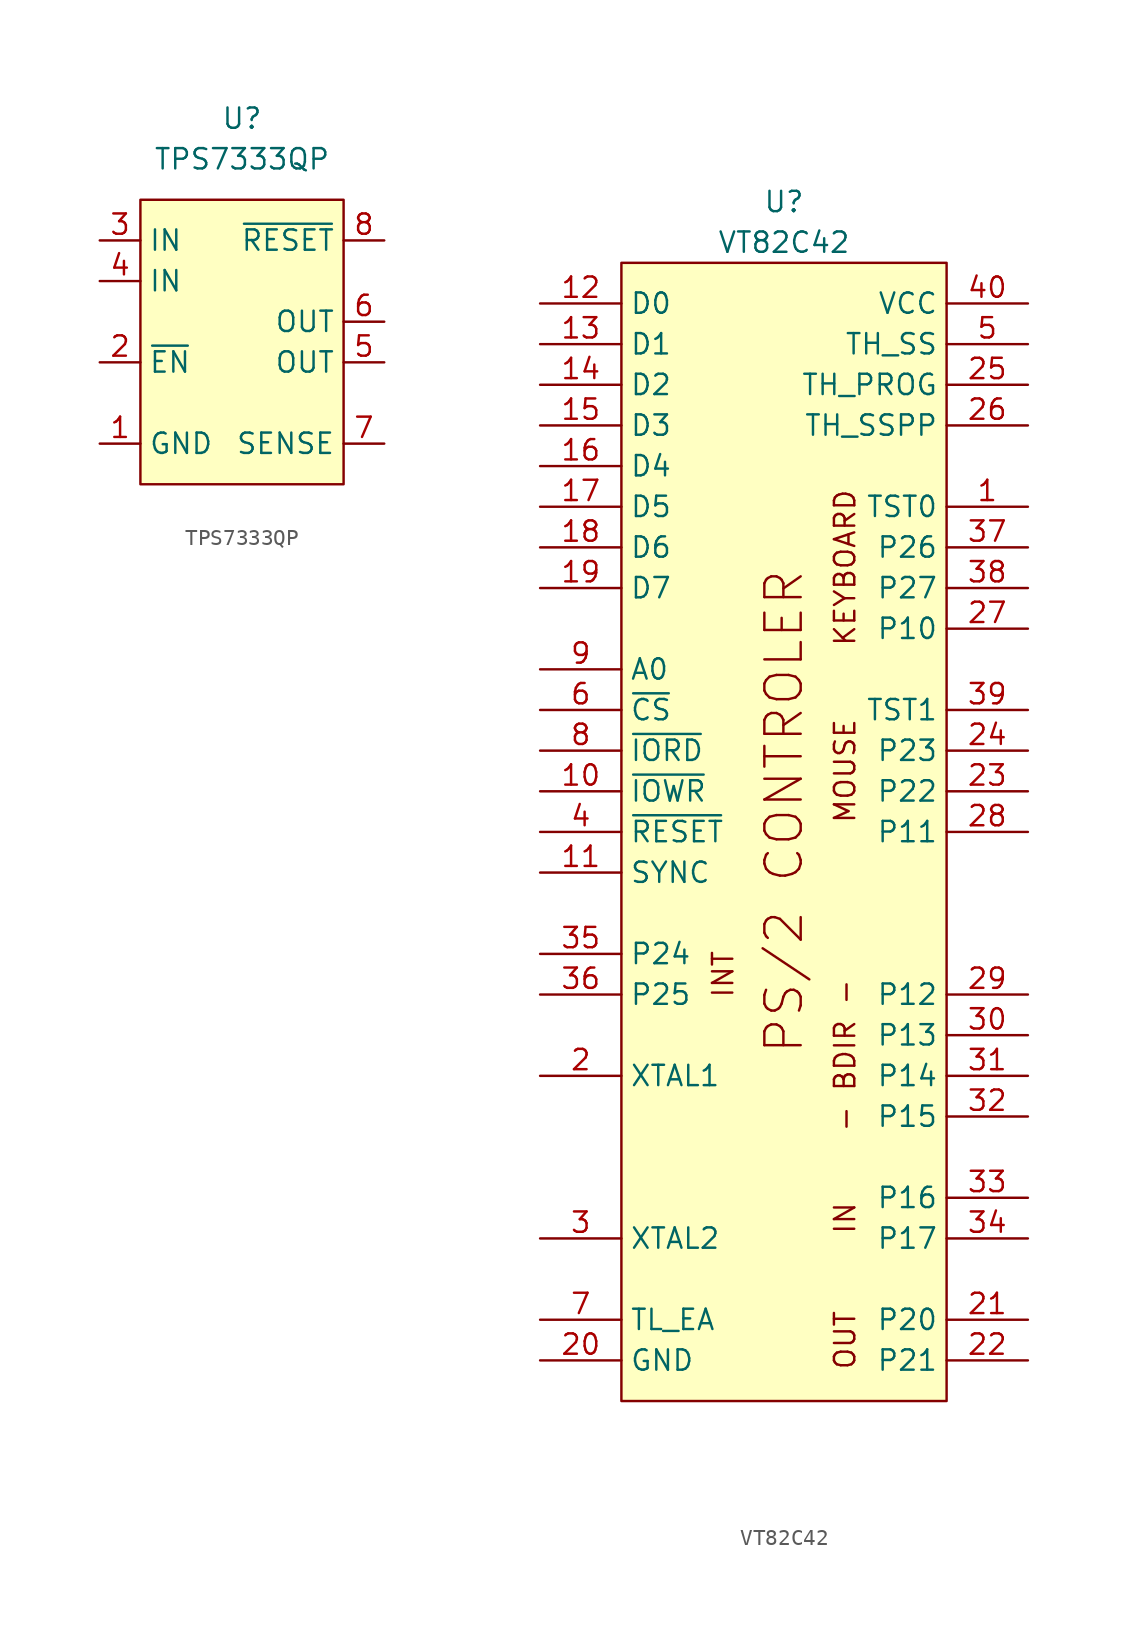
<source format=kicad_sym>
(kicad_symbol_lib
  (version 20220914)
  (generator kicad_symbol_editor)
  (symbol "TPS7333QP"
    (property "Reference" "U"
      (at 0 5.08 0)
      (effects (font (size 1.27 1.27))))
    (property "Value" "TPS7333QP"
      (at 0 2.54 0)
      (effects (font (size 1.27 1.27))))
    (symbol "TPS7333QP_1_1"
      (rectangle (start -6.35 0) (end 6.35 -17.78) (stroke (width 0) (type default)) (fill (type background)))
      (pin power_in line (at -8.89 -15.24 0) (length 2.54) (name "GND" (effects (font (size 1.27 1.27)))) (number "1" (effects (font (size 1.27 1.27)))))
      (pin input line (at -8.89 -10.16 0) (length 2.54) (name "~{EN}" (effects (font (size 1.27 1.27)))) (number "2" (effects (font (size 1.27 1.27)))))
      (pin power_in line (at -8.89 -2.54 0) (length 2.54) (name "IN" (effects (font (size 1.27 1.27)))) (number "3" (effects (font (size 1.27 1.27)))))
      (pin power_in line (at -8.89 -5.08 0) (length 2.54) (name "IN" (effects (font (size 1.27 1.27)))) (number "4" (effects (font (size 1.27 1.27)))))
      (pin power_out line (at 8.89 -10.16 180) (length 2.54) (name "OUT" (effects (font (size 1.27 1.27)))) (number "5" (effects (font (size 1.27 1.27)))))
      (pin power_out line (at 8.89 -7.62 180) (length 2.54) (name "OUT" (effects (font (size 1.27 1.27)))) (number "6" (effects (font (size 1.27 1.27)))))
      (pin passive line (at 8.89 -15.24 180) (length 2.54) (name "SENSE" (effects (font (size 1.27 1.27)))) (number "7" (effects (font (size 1.27 1.27)))))
      (pin open_collector line (at 8.89 -2.54 180) (length 2.54) (name "~{RESET}" (effects (font (size 1.27 1.27)))) (number "8" (effects (font (size 1.27 1.27)))))))
  (symbol "VT82C42"
    (property "Reference" "U"
      (at 0 2.54 0)
      (effects (font (size 1.27 1.27))))
    (property "Value" "VT82C42"
      (at 0 0 0)
      (effects (font (size 1.27 1.27))))
    (symbol "VT82C42_0_0"
      (text "- BDIR -" (at 3.81 -50.8 900) (effects (font (size 1.27 1.27))))
      (text "IN" (at 3.81 -60.96 900) (effects (font (size 1.27 1.27))))
      (text "INT" (at -3.81 -45.72 900) (effects (font (size 1.27 1.27))))
      (text "KEYBOARD" (at 3.81 -20.32 900) (effects (font (size 1.27 1.27))))
      (text "MOUSE" (at 3.81 -33.02 900) (effects (font (size 1.27 1.27))))
      (text "OUT" (at 3.81 -68.58 900) (effects (font (size 1.27 1.27))))
      (text "PS/2 CONTROLER" (at 0 -35.56 900) (effects (font (size 2.27 2.27)))))
    (symbol "VT82C42_0_1"
      (rectangle (start -10.16 -1.27) (end 10.16 -72.39) (stroke (width 0) (type default)) (fill (type background))))
    (symbol "VT82C42_1_1"
      (pin input line (at 15.24 -16.51 180) (length 5.08) (name "TST0" (effects (font (size 1.27 1.27)))) (number "1" (effects (font (size 1.27 1.27)))))
      (pin input line (at -15.24 -34.29 0) (length 5.08) (name "~{IOWR}" (effects (font (size 1.27 1.27)))) (number "10" (effects (font (size 1.27 1.27)))))
      (pin output line (at -15.24 -39.37 0) (length 5.08) (name "SYNC" (effects (font (size 1.27 1.27)))) (number "11" (effects (font (size 1.27 1.27)))))
      (pin bidirectional line (at -15.24 -3.81 0) (length 5.08) (name "D0" (effects (font (size 1.27 1.27)))) (number "12" (effects (font (size 1.27 1.27)))))
      (pin bidirectional line (at -15.24 -6.35 0) (length 5.08) (name "D1" (effects (font (size 1.27 1.27)))) (number "13" (effects (font (size 1.27 1.27)))))
      (pin bidirectional line (at -15.24 -8.89 0) (length 5.08) (name "D2" (effects (font (size 1.27 1.27)))) (number "14" (effects (font (size 1.27 1.27)))))
      (pin bidirectional line (at -15.24 -11.43 0) (length 5.08) (name "D3" (effects (font (size 1.27 1.27)))) (number "15" (effects (font (size 1.27 1.27)))))
      (pin bidirectional line (at -15.24 -13.97 0) (length 5.08) (name "D4" (effects (font (size 1.27 1.27)))) (number "16" (effects (font (size 1.27 1.27)))))
      (pin bidirectional line (at -15.24 -16.51 0) (length 5.08) (name "D5" (effects (font (size 1.27 1.27)))) (number "17" (effects (font (size 1.27 1.27)))))
      (pin bidirectional line (at -15.24 -19.05 0) (length 5.08) (name "D6" (effects (font (size 1.27 1.27)))) (number "18" (effects (font (size 1.27 1.27)))))
      (pin bidirectional line (at -15.24 -21.59 0) (length 5.08) (name "D7" (effects (font (size 1.27 1.27)))) (number "19" (effects (font (size 1.27 1.27)))))
      (pin input line (at -15.24 -52.07 0) (length 5.08) (name "XTAL1" (effects (font (size 1.27 1.27)))) (number "2" (effects (font (size 1.27 1.27)))))
      (pin power_in line (at -15.24 -69.85 0) (length 5.08) (name "GND" (effects (font (size 1.27 1.27)))) (number "20" (effects (font (size 1.27 1.27)))))
      (pin output line (at 15.24 -67.31 180) (length 5.08) (name "P20" (effects (font (size 1.27 1.27)))) (number "21" (effects (font (size 1.27 1.27)))))
      (pin output line (at 15.24 -69.85 180) (length 5.08) (name "P21" (effects (font (size 1.27 1.27)))) (number "22" (effects (font (size 1.27 1.27)))))
      (pin output line (at 15.24 -34.29 180) (length 5.08) (name "P22" (effects (font (size 1.27 1.27)))) (number "23" (effects (font (size 1.27 1.27)))))
      (pin output line (at 15.24 -31.75 180) (length 5.08) (name "P23" (effects (font (size 1.27 1.27)))) (number "24" (effects (font (size 1.27 1.27)))))
      (pin input line (at 15.24 -8.89 180) (length 5.08) (name "TH_PROG" (effects (font (size 1.27 1.27)))) (number "25" (effects (font (size 1.27 1.27)))))
      (pin input line (at 15.24 -11.43 180) (length 5.08) (name "TH_SSPP" (effects (font (size 1.27 1.27)))) (number "26" (effects (font (size 1.27 1.27)))))
      (pin bidirectional line (at 15.24 -24.13 180) (length 5.08) (name "P10" (effects (font (size 1.27 1.27)))) (number "27" (effects (font (size 1.27 1.27)))))
      (pin bidirectional line (at 15.24 -36.83 180) (length 5.08) (name "P11" (effects (font (size 1.27 1.27)))) (number "28" (effects (font (size 1.27 1.27)))))
      (pin bidirectional line (at 15.24 -46.99 180) (length 5.08) (name "P12" (effects (font (size 1.27 1.27)))) (number "29" (effects (font (size 1.27 1.27)))))
      (pin input line (at -15.24 -62.23 0) (length 5.08) (name "XTAL2" (effects (font (size 1.27 1.27)))) (number "3" (effects (font (size 1.27 1.27)))))
      (pin bidirectional line (at 15.24 -49.53 180) (length 5.08) (name "P13" (effects (font (size 1.27 1.27)))) (number "30" (effects (font (size 1.27 1.27)))))
      (pin bidirectional line (at 15.24 -52.07 180) (length 5.08) (name "P14" (effects (font (size 1.27 1.27)))) (number "31" (effects (font (size 1.27 1.27)))))
      (pin bidirectional line (at 15.24 -54.61 180) (length 5.08) (name "P15" (effects (font (size 1.27 1.27)))) (number "32" (effects (font (size 1.27 1.27)))))
      (pin input line (at 15.24 -59.69 180) (length 5.08) (name "P16" (effects (font (size 1.27 1.27)))) (number "33" (effects (font (size 1.27 1.27)))))
      (pin input line (at 15.24 -62.23 180) (length 5.08) (name "P17" (effects (font (size 1.27 1.27)))) (number "34" (effects (font (size 1.27 1.27)))))
      (pin output line (at -15.24 -44.45 0) (length 5.08) (name "P24" (effects (font (size 1.27 1.27)))) (number "35" (effects (font (size 1.27 1.27)))))
      (pin output line (at -15.24 -46.99 0) (length 5.08) (name "P25" (effects (font (size 1.27 1.27)))) (number "36" (effects (font (size 1.27 1.27)))))
      (pin output line (at 15.24 -19.05 180) (length 5.08) (name "P26" (effects (font (size 1.27 1.27)))) (number "37" (effects (font (size 1.27 1.27)))))
      (pin output line (at 15.24 -21.59 180) (length 5.08) (name "P27" (effects (font (size 1.27 1.27)))) (number "38" (effects (font (size 1.27 1.27)))))
      (pin input line (at 15.24 -29.21 180) (length 5.08) (name "TST1" (effects (font (size 1.27 1.27)))) (number "39" (effects (font (size 1.27 1.27)))))
      (pin input line (at -15.24 -36.83 0) (length 5.08) (name "~{RESET}" (effects (font (size 1.27 1.27)))) (number "4" (effects (font (size 1.27 1.27)))))
      (pin power_in line (at 15.24 -3.81 180) (length 5.08) (name "VCC" (effects (font (size 1.27 1.27)))) (number "40" (effects (font (size 1.27 1.27)))))
      (pin input line (at 15.24 -6.35 180) (length 5.08) (name "TH_SS" (effects (font (size 1.27 1.27)))) (number "5" (effects (font (size 1.27 1.27)))))
      (pin input line (at -15.24 -29.21 0) (length 5.08) (name "~{CS}" (effects (font (size 1.27 1.27)))) (number "6" (effects (font (size 1.27 1.27)))))
      (pin input line (at -15.24 -67.31 0) (length 5.08) (name "TL_EA" (effects (font (size 1.27 1.27)))) (number "7" (effects (font (size 1.27 1.27)))))
      (pin input line (at -15.24 -31.75 0) (length 5.08) (name "~{IORD}" (effects (font (size 1.27 1.27)))) (number "8" (effects (font (size 1.27 1.27)))))
      (pin input line (at -15.24 -26.67 0) (length 5.08) (name "A0" (effects (font (size 1.27 1.27)))) (number "9" (effects (font (size 1.27 1.27))))))))
</source>
